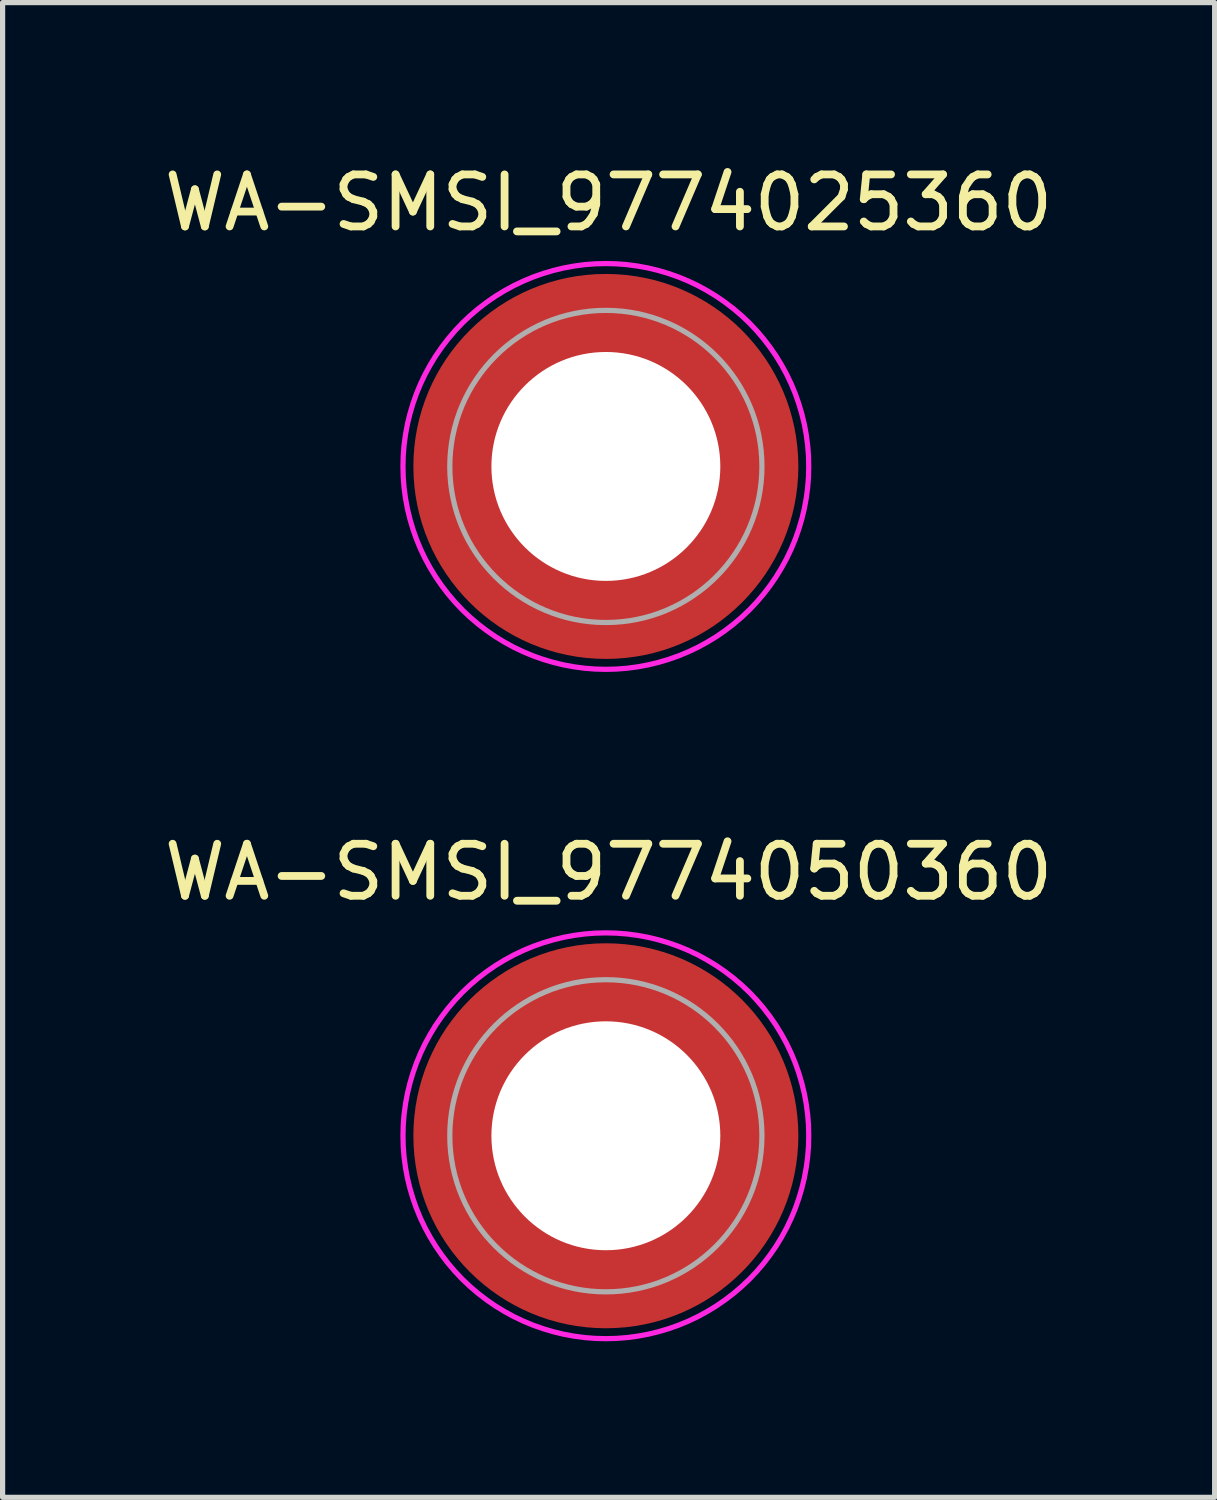
<source format=kicad_pcb>
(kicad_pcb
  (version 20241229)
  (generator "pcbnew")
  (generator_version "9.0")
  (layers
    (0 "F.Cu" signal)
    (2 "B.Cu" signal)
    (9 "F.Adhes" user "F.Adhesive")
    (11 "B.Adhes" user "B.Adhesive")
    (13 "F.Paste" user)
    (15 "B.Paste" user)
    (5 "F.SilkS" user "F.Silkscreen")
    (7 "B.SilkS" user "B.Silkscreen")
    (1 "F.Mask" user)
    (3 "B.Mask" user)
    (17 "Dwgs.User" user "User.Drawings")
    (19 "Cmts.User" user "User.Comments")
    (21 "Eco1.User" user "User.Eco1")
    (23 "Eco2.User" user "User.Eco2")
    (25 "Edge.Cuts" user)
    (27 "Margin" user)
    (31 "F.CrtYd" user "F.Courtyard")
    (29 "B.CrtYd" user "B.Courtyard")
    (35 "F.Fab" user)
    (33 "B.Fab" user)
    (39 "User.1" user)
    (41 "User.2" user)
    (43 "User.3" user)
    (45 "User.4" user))
  (footprint "WA-SMSI_9774050360"
    (layer "F.Cu")
    (at 8.596 18.782)
    (property "Reference" "WA-SMSI_9774050360" (at 0.053 -5.068 0) (layer "F.SilkS") (effects (font (size 1 1) (thickness 0.15))))
    (attr smd)
    (fp_poly (pts (xy -3.615 0.4) (xy -2.205 0.4) (xy -2.19 0.475) (xy -2.165 0.58) (xy -2.13 0.7) (xy -2.1 0.78) (xy -2.07 0.86) (xy -2.025 0.96) (xy -1.975 1.06) (xy -1.92 1.155) (xy -1.86 1.25) (xy -1.815 1.315) (xy -1.75 1.4) (xy -1.695 1.465) (xy -1.605 1.565) (xy -1.52 1.645) (xy -1.465 1.695) (xy -1.405 1.745) (xy -1.32 1.81) (xy -1.235 1.87) (xy -1.13 1.935) (xy -1.05 1.98) (xy -0.95 2.03) (xy -0.81 2.09) (xy -0.695 2.13) (xy -0.58 2.165) (xy -0.475 2.19) (xy -0.4 2.205) (xy -0.4 3.615) (xy -0.43 3.61) (xy -0.505 3.6) (xy -0.605 3.585) (xy -0.715 3.565) (xy -0.83 3.54) (xy -0.93 3.515) (xy -1.04 3.485) (xy -1.135 3.455) (xy -1.205 3.43) (xy -1.3 3.395) (xy -1.365 3.37) (xy -1.46 3.33) (xy -1.55 3.29) (xy -1.65 3.24) (xy -1.77 3.175) (xy -1.885 3.11) (xy -1.985 3.045) (xy -2.075 2.985) (xy -2.165 2.92) (xy -2.23 2.87) (xy -2.295 2.82) (xy -2.365 2.76) (xy -2.44 2.695) (xy -2.515 2.625) (xy -2.6 2.54) (xy -2.645 2.495) (xy -2.69 2.445) (xy -2.76 2.365) (xy -2.82 2.295) (xy -2.875 2.225) (xy -2.935 2.145) (xy -2.995 2.06) (xy -3.085 1.925) (xy -3.18 1.765) (xy -3.27 1.59) (xy -3.34 1.44) (xy -3.4 1.29) (xy -3.455 1.135) (xy -3.505 0.97) (xy -3.55 0.795) (xy -3.575 0.665) (xy -3.6 0.52)) (stroke (width 0.01) (type solid)) (fill yes) (layer "F.Paste"))
    (fp_poly (pts (xy -0.4 -3.615) (xy -0.4 -2.205) (xy -0.475 -2.19) (xy -0.58 -2.165) (xy -0.7 -2.13) (xy -0.78 -2.1) (xy -0.86 -2.07) (xy -0.96 -2.025) (xy -1.06 -1.975) (xy -1.155 -1.92) (xy -1.25 -1.86) (xy -1.315 -1.815) (xy -1.4 -1.75) (xy -1.465 -1.695) (xy -1.565 -1.605) (xy -1.645 -1.52) (xy -1.695 -1.465) (xy -1.745 -1.405) (xy -1.81 -1.32) (xy -1.87 -1.235) (xy -1.935 -1.13) (xy -1.98 -1.05) (xy -2.03 -0.95) (xy -2.09 -0.81) (xy -2.13 -0.695) (xy -2.165 -0.58) (xy -2.19 -0.475) (xy -2.205 -0.4) (xy -3.615 -0.4) (xy -3.61 -0.43) (xy -3.6 -0.505) (xy -3.585 -0.605) (xy -3.565 -0.715) (xy -3.54 -0.83) (xy -3.515 -0.93) (xy -3.485 -1.04) (xy -3.455 -1.135) (xy -3.43 -1.205) (xy -3.395 -1.3) (xy -3.37 -1.365) (xy -3.33 -1.46) (xy -3.29 -1.55) (xy -3.24 -1.65) (xy -3.175 -1.77) (xy -3.11 -1.885) (xy -3.045 -1.985) (xy -2.985 -2.075) (xy -2.92 -2.165) (xy -2.87 -2.23) (xy -2.82 -2.295) (xy -2.76 -2.365) (xy -2.695 -2.44) (xy -2.625 -2.515) (xy -2.54 -2.6) (xy -2.495 -2.645) (xy -2.445 -2.69) (xy -2.365 -2.76) (xy -2.295 -2.82) (xy -2.225 -2.875) (xy -2.145 -2.935) (xy -2.06 -2.995) (xy -1.925 -3.085) (xy -1.765 -3.18) (xy -1.59 -3.27) (xy -1.44 -3.34) (xy -1.29 -3.4) (xy -1.135 -3.455) (xy -0.97 -3.505) (xy -0.795 -3.55) (xy -0.665 -3.575) (xy -0.52 -3.6)) (stroke (width 0.01) (type solid)) (fill yes) (layer "F.Paste"))
    (fp_poly (pts (xy 0.4 3.615) (xy 0.4 2.205) (xy 0.475 2.19) (xy 0.58 2.165) (xy 0.7 2.13) (xy 0.78 2.1) (xy 0.86 2.07) (xy 0.96 2.025) (xy 1.06 1.975) (xy 1.155 1.92) (xy 1.25 1.86) (xy 1.315 1.815) (xy 1.4 1.75) (xy 1.465 1.695) (xy 1.565 1.605) (xy 1.645 1.52) (xy 1.695 1.465) (xy 1.745 1.405) (xy 1.81 1.32) (xy 1.87 1.235) (xy 1.935 1.13) (xy 1.98 1.05) (xy 2.03 0.95) (xy 2.09 0.81) (xy 2.13 0.695) (xy 2.165 0.58) (xy 2.19 0.475) (xy 2.205 0.4) (xy 3.615 0.4) (xy 3.61 0.43) (xy 3.6 0.505) (xy 3.585 0.605) (xy 3.565 0.715) (xy 3.54 0.83) (xy 3.515 0.93) (xy 3.485 1.04) (xy 3.455 1.135) (xy 3.43 1.205) (xy 3.395 1.3) (xy 3.37 1.365) (xy 3.33 1.46) (xy 3.29 1.55) (xy 3.24 1.65) (xy 3.175 1.77) (xy 3.11 1.885) (xy 3.045 1.985) (xy 2.985 2.075) (xy 2.92 2.165) (xy 2.87 2.23) (xy 2.82 2.295) (xy 2.76 2.365) (xy 2.695 2.44) (xy 2.625 2.515) (xy 2.54 2.6) (xy 2.495 2.645) (xy 2.445 2.69) (xy 2.365 2.76) (xy 2.295 2.82) (xy 2.225 2.875) (xy 2.145 2.935) (xy 2.06 2.995) (xy 1.925 3.085) (xy 1.765 3.18) (xy 1.59 3.27) (xy 1.44 3.34) (xy 1.29 3.4) (xy 1.135 3.455) (xy 0.97 3.505) (xy 0.795 3.55) (xy 0.665 3.575) (xy 0.52 3.6)) (stroke (width 0.01) (type solid)) (fill yes) (layer "F.Paste"))
    (fp_poly (pts (xy 3.615 -0.4) (xy 2.205 -0.4) (xy 2.19 -0.475) (xy 2.165 -0.58) (xy 2.13 -0.7) (xy 2.1 -0.78) (xy 2.07 -0.86) (xy 2.025 -0.96) (xy 1.975 -1.06) (xy 1.92 -1.155) (xy 1.86 -1.25) (xy 1.815 -1.315) (xy 1.75 -1.4) (xy 1.695 -1.465) (xy 1.605 -1.565) (xy 1.52 -1.645) (xy 1.465 -1.695) (xy 1.405 -1.745) (xy 1.32 -1.81) (xy 1.235 -1.87) (xy 1.13 -1.935) (xy 1.05 -1.98) (xy 0.95 -2.03) (xy 0.81 -2.09) (xy 0.695 -2.13) (xy 0.58 -2.165) (xy 0.475 -2.19) (xy 0.4 -2.205) (xy 0.4 -3.615) (xy 0.43 -3.61) (xy 0.505 -3.6) (xy 0.605 -3.585) (xy 0.715 -3.565) (xy 0.83 -3.54) (xy 0.93 -3.515) (xy 1.04 -3.485) (xy 1.135 -3.455) (xy 1.205 -3.43) (xy 1.3 -3.395) (xy 1.365 -3.37) (xy 1.46 -3.33) (xy 1.55 -3.29) (xy 1.65 -3.24) (xy 1.77 -3.175) (xy 1.885 -3.11) (xy 1.985 -3.045) (xy 2.075 -2.985) (xy 2.165 -2.92) (xy 2.23 -2.87) (xy 2.295 -2.82) (xy 2.365 -2.76) (xy 2.44 -2.695) (xy 2.515 -2.625) (xy 2.6 -2.54) (xy 2.645 -2.495) (xy 2.69 -2.445) (xy 2.76 -2.365) (xy 2.82 -2.295) (xy 2.875 -2.225) (xy 2.935 -2.145) (xy 2.995 -2.06) (xy 3.085 -1.925) (xy 3.18 -1.765) (xy 3.27 -1.59) (xy 3.34 -1.44) (xy 3.4 -1.29) (xy 3.455 -1.135) (xy 3.505 -0.97) (xy 3.55 -0.795) (xy 3.575 -0.665) (xy 3.6 -0.52)) (stroke (width 0.01) (type solid)) (fill yes) (layer "F.Paste"))
    (fp_poly (pts (xy 0 -3.9) (xy 0.204 -3.895) (xy 0.408 -3.879) (xy 0.61 -3.852) (xy 0.811 -3.815) (xy 1.009 -3.767) (xy 1.205 -3.709) (xy 1.398 -3.641) (xy 1.586 -3.563) (xy 1.771 -3.475) (xy 1.95 -3.377) (xy 2.124 -3.271) (xy 2.292 -3.155) (xy 2.454 -3.031) (xy 2.61 -2.898) (xy 2.758 -2.758) (xy 2.898 -2.61) (xy 3.031 -2.454) (xy 3.155 -2.292) (xy 3.271 -2.124) (xy 3.377 -1.95) (xy 3.475 -1.771) (xy 3.563 -1.586) (xy 3.641 -1.398) (xy 3.709 -1.205) (xy 3.767 -1.009) (xy 3.815 -0.811) (xy 3.852 -0.61) (xy 3.879 -0.408) (xy 3.895 -0.204) (xy 3.9 0) (xy 3.895 0.204) (xy 3.879 0.408) (xy 3.852 0.61) (xy 3.815 0.811) (xy 3.767 1.009) (xy 3.709 1.205) (xy 3.641 1.398) (xy 3.563 1.586) (xy 3.475 1.771) (xy 3.377 1.95) (xy 3.271 2.124) (xy 3.155 2.292) (xy 3.031 2.454) (xy 2.898 2.61) (xy 2.758 2.758) (xy 2.61 2.898) (xy 2.454 3.031) (xy 2.292 3.155) (xy 2.124 3.271) (xy 1.95 3.377) (xy 1.771 3.475) (xy 1.586 3.563) (xy 1.398 3.641) (xy 1.205 3.709) (xy 1.009 3.767) (xy 0.811 3.815) (xy 0.61 3.852) (xy 0.408 3.879) (xy 0.204 3.895) (xy 0 3.9) (xy -0.204 3.895) (xy -0.408 3.879) (xy -0.61 3.852) (xy -0.811 3.815) (xy -1.009 3.767) (xy -1.205 3.709) (xy -1.398 3.641) (xy -1.586 3.563) (xy -1.771 3.475) (xy -1.95 3.377) (xy -2.124 3.271) (xy -2.292 3.155) (xy -2.454 3.031) (xy -2.61 2.898) (xy -2.758 2.758) (xy -2.898 2.61) (xy -3.031 2.454) (xy -3.155 2.292) (xy -3.271 2.124) (xy -3.377 1.95) (xy -3.475 1.771) (xy -3.563 1.586) (xy -3.641 1.398) (xy -3.709 1.205) (xy -3.767 1.009) (xy -3.815 0.811) (xy -3.852 0.61) (xy -3.879 0.408) (xy -3.895 0.204) (xy -3.9 0) (xy -3.895 -0.204) (xy -3.879 -0.408) (xy -3.852 -0.61) (xy -3.815 -0.811) (xy -3.767 -1.009) (xy -3.709 -1.205) (xy -3.641 -1.398) (xy -3.563 -1.586) (xy -3.475 -1.771) (xy -3.377 -1.95) (xy -3.271 -2.124) (xy -3.155 -2.292) (xy -3.031 -2.454) (xy -2.898 -2.61) (xy -2.758 -2.758) (xy -2.61 -2.898) (xy -2.454 -3.031) (xy -2.292 -3.155) (xy -2.124 -3.271) (xy -1.95 -3.377) (xy -1.771 -3.475) (xy -1.586 -3.563) (xy -1.398 -3.641) (xy -1.205 -3.709) (xy -1.009 -3.767) (xy -0.811 -3.815) (xy -0.61 -3.852) (xy -0.408 -3.879) (xy -0.204 -3.895) (xy 0 -3.9)) (stroke (width 0.1) (type solid)) (fill no) (layer "F.CrtYd"))
    (fp_circle (center 0 0) (end 3 0) (stroke (width 0.1) (type solid)) (fill no) (layer "F.Fab"))
    (pad "" np_thru_hole circle (at 0 0) (size 4.4 4.4) (drill 4.4) (layers "*.Cu" "*.Mask"))
    (pad "1" smd circle (at 0 0) (size 7.4 7.4) (layers "F.Cu" "F.Mask")))
  (footprint "WA-SMSI_9774025360"
    (layer "F.Cu")
    (at 8.596 5.916)
    (property "Reference" "WA-SMSI_9774025360" (at 0.053 -5.068 0) (layer "F.SilkS") (effects (font (size 1 1) (thickness 0.15))))
    (attr smd)
    (fp_poly (pts (xy -3.615 0.4) (xy -2.205 0.4) (xy -2.19 0.475) (xy -2.165 0.58) (xy -2.13 0.7) (xy -2.1 0.78) (xy -2.07 0.86) (xy -2.025 0.96) (xy -1.975 1.06) (xy -1.92 1.155) (xy -1.86 1.25) (xy -1.815 1.315) (xy -1.75 1.4) (xy -1.695 1.465) (xy -1.605 1.565) (xy -1.52 1.645) (xy -1.465 1.695) (xy -1.405 1.745) (xy -1.32 1.81) (xy -1.235 1.87) (xy -1.13 1.935) (xy -1.05 1.98) (xy -0.95 2.03) (xy -0.81 2.09) (xy -0.695 2.13) (xy -0.58 2.165) (xy -0.475 2.19) (xy -0.4 2.205) (xy -0.4 3.615) (xy -0.43 3.61) (xy -0.505 3.6) (xy -0.605 3.585) (xy -0.715 3.565) (xy -0.83 3.54) (xy -0.93 3.515) (xy -1.04 3.485) (xy -1.135 3.455) (xy -1.205 3.43) (xy -1.3 3.395) (xy -1.365 3.37) (xy -1.46 3.33) (xy -1.55 3.29) (xy -1.65 3.24) (xy -1.77 3.175) (xy -1.885 3.11) (xy -1.985 3.045) (xy -2.075 2.985) (xy -2.165 2.92) (xy -2.23 2.87) (xy -2.295 2.82) (xy -2.365 2.76) (xy -2.44 2.695) (xy -2.515 2.625) (xy -2.6 2.54) (xy -2.645 2.495) (xy -2.69 2.445) (xy -2.76 2.365) (xy -2.82 2.295) (xy -2.875 2.225) (xy -2.935 2.145) (xy -2.995 2.06) (xy -3.085 1.925) (xy -3.18 1.765) (xy -3.27 1.59) (xy -3.34 1.44) (xy -3.4 1.29) (xy -3.455 1.135) (xy -3.505 0.97) (xy -3.55 0.795) (xy -3.575 0.665) (xy -3.6 0.52)) (stroke (width 0.01) (type solid)) (fill yes) (layer "F.Paste"))
    (fp_poly (pts (xy -0.4 -3.615) (xy -0.4 -2.205) (xy -0.475 -2.19) (xy -0.58 -2.165) (xy -0.7 -2.13) (xy -0.78 -2.1) (xy -0.86 -2.07) (xy -0.96 -2.025) (xy -1.06 -1.975) (xy -1.155 -1.92) (xy -1.25 -1.86) (xy -1.315 -1.815) (xy -1.4 -1.75) (xy -1.465 -1.695) (xy -1.565 -1.605) (xy -1.645 -1.52) (xy -1.695 -1.465) (xy -1.745 -1.405) (xy -1.81 -1.32) (xy -1.87 -1.235) (xy -1.935 -1.13) (xy -1.98 -1.05) (xy -2.03 -0.95) (xy -2.09 -0.81) (xy -2.13 -0.695) (xy -2.165 -0.58) (xy -2.19 -0.475) (xy -2.205 -0.4) (xy -3.615 -0.4) (xy -3.61 -0.43) (xy -3.6 -0.505) (xy -3.585 -0.605) (xy -3.565 -0.715) (xy -3.54 -0.83) (xy -3.515 -0.93) (xy -3.485 -1.04) (xy -3.455 -1.135) (xy -3.43 -1.205) (xy -3.395 -1.3) (xy -3.37 -1.365) (xy -3.33 -1.46) (xy -3.29 -1.55) (xy -3.24 -1.65) (xy -3.175 -1.77) (xy -3.11 -1.885) (xy -3.045 -1.985) (xy -2.985 -2.075) (xy -2.92 -2.165) (xy -2.87 -2.23) (xy -2.82 -2.295) (xy -2.76 -2.365) (xy -2.695 -2.44) (xy -2.625 -2.515) (xy -2.54 -2.6) (xy -2.495 -2.645) (xy -2.445 -2.69) (xy -2.365 -2.76) (xy -2.295 -2.82) (xy -2.225 -2.875) (xy -2.145 -2.935) (xy -2.06 -2.995) (xy -1.925 -3.085) (xy -1.765 -3.18) (xy -1.59 -3.27) (xy -1.44 -3.34) (xy -1.29 -3.4) (xy -1.135 -3.455) (xy -0.97 -3.505) (xy -0.795 -3.55) (xy -0.665 -3.575) (xy -0.52 -3.6)) (stroke (width 0.01) (type solid)) (fill yes) (layer "F.Paste"))
    (fp_poly (pts (xy 0.4 3.615) (xy 0.4 2.205) (xy 0.475 2.19) (xy 0.58 2.165) (xy 0.7 2.13) (xy 0.78 2.1) (xy 0.86 2.07) (xy 0.96 2.025) (xy 1.06 1.975) (xy 1.155 1.92) (xy 1.25 1.86) (xy 1.315 1.815) (xy 1.4 1.75) (xy 1.465 1.695) (xy 1.565 1.605) (xy 1.645 1.52) (xy 1.695 1.465) (xy 1.745 1.405) (xy 1.81 1.32) (xy 1.87 1.235) (xy 1.935 1.13) (xy 1.98 1.05) (xy 2.03 0.95) (xy 2.09 0.81) (xy 2.13 0.695) (xy 2.165 0.58) (xy 2.19 0.475) (xy 2.205 0.4) (xy 3.615 0.4) (xy 3.61 0.43) (xy 3.6 0.505) (xy 3.585 0.605) (xy 3.565 0.715) (xy 3.54 0.83) (xy 3.515 0.93) (xy 3.485 1.04) (xy 3.455 1.135) (xy 3.43 1.205) (xy 3.395 1.3) (xy 3.37 1.365) (xy 3.33 1.46) (xy 3.29 1.55) (xy 3.24 1.65) (xy 3.175 1.77) (xy 3.11 1.885) (xy 3.045 1.985) (xy 2.985 2.075) (xy 2.92 2.165) (xy 2.87 2.23) (xy 2.82 2.295) (xy 2.76 2.365) (xy 2.695 2.44) (xy 2.625 2.515) (xy 2.54 2.6) (xy 2.495 2.645) (xy 2.445 2.69) (xy 2.365 2.76) (xy 2.295 2.82) (xy 2.225 2.875) (xy 2.145 2.935) (xy 2.06 2.995) (xy 1.925 3.085) (xy 1.765 3.18) (xy 1.59 3.27) (xy 1.44 3.34) (xy 1.29 3.4) (xy 1.135 3.455) (xy 0.97 3.505) (xy 0.795 3.55) (xy 0.665 3.575) (xy 0.52 3.6)) (stroke (width 0.01) (type solid)) (fill yes) (layer "F.Paste"))
    (fp_poly (pts (xy 3.615 -0.4) (xy 2.205 -0.4) (xy 2.19 -0.475) (xy 2.165 -0.58) (xy 2.13 -0.7) (xy 2.1 -0.78) (xy 2.07 -0.86) (xy 2.025 -0.96) (xy 1.975 -1.06) (xy 1.92 -1.155) (xy 1.86 -1.25) (xy 1.815 -1.315) (xy 1.75 -1.4) (xy 1.695 -1.465) (xy 1.605 -1.565) (xy 1.52 -1.645) (xy 1.465 -1.695) (xy 1.405 -1.745) (xy 1.32 -1.81) (xy 1.235 -1.87) (xy 1.13 -1.935) (xy 1.05 -1.98) (xy 0.95 -2.03) (xy 0.81 -2.09) (xy 0.695 -2.13) (xy 0.58 -2.165) (xy 0.475 -2.19) (xy 0.4 -2.205) (xy 0.4 -3.615) (xy 0.43 -3.61) (xy 0.505 -3.6) (xy 0.605 -3.585) (xy 0.715 -3.565) (xy 0.83 -3.54) (xy 0.93 -3.515) (xy 1.04 -3.485) (xy 1.135 -3.455) (xy 1.205 -3.43) (xy 1.3 -3.395) (xy 1.365 -3.37) (xy 1.46 -3.33) (xy 1.55 -3.29) (xy 1.65 -3.24) (xy 1.77 -3.175) (xy 1.885 -3.11) (xy 1.985 -3.045) (xy 2.075 -2.985) (xy 2.165 -2.92) (xy 2.23 -2.87) (xy 2.295 -2.82) (xy 2.365 -2.76) (xy 2.44 -2.695) (xy 2.515 -2.625) (xy 2.6 -2.54) (xy 2.645 -2.495) (xy 2.69 -2.445) (xy 2.76 -2.365) (xy 2.82 -2.295) (xy 2.875 -2.225) (xy 2.935 -2.145) (xy 2.995 -2.06) (xy 3.085 -1.925) (xy 3.18 -1.765) (xy 3.27 -1.59) (xy 3.34 -1.44) (xy 3.4 -1.29) (xy 3.455 -1.135) (xy 3.505 -0.97) (xy 3.55 -0.795) (xy 3.575 -0.665) (xy 3.6 -0.52)) (stroke (width 0.01) (type solid)) (fill yes) (layer "F.Paste"))
    (fp_poly (pts (xy 0 -3.9) (xy 0.204 -3.895) (xy 0.408 -3.879) (xy 0.61 -3.852) (xy 0.811 -3.815) (xy 1.009 -3.767) (xy 1.205 -3.709) (xy 1.398 -3.641) (xy 1.586 -3.563) (xy 1.771 -3.475) (xy 1.95 -3.377) (xy 2.124 -3.271) (xy 2.292 -3.155) (xy 2.454 -3.031) (xy 2.61 -2.898) (xy 2.758 -2.758) (xy 2.898 -2.61) (xy 3.031 -2.454) (xy 3.155 -2.292) (xy 3.271 -2.124) (xy 3.377 -1.95) (xy 3.475 -1.771) (xy 3.563 -1.586) (xy 3.641 -1.398) (xy 3.709 -1.205) (xy 3.767 -1.009) (xy 3.815 -0.811) (xy 3.852 -0.61) (xy 3.879 -0.408) (xy 3.895 -0.204) (xy 3.9 0) (xy 3.895 0.204) (xy 3.879 0.408) (xy 3.852 0.61) (xy 3.815 0.811) (xy 3.767 1.009) (xy 3.709 1.205) (xy 3.641 1.398) (xy 3.563 1.586) (xy 3.475 1.771) (xy 3.377 1.95) (xy 3.271 2.124) (xy 3.155 2.292) (xy 3.031 2.454) (xy 2.898 2.61) (xy 2.758 2.758) (xy 2.61 2.898) (xy 2.454 3.031) (xy 2.292 3.155) (xy 2.124 3.271) (xy 1.95 3.377) (xy 1.771 3.475) (xy 1.586 3.563) (xy 1.398 3.641) (xy 1.205 3.709) (xy 1.009 3.767) (xy 0.811 3.815) (xy 0.61 3.852) (xy 0.408 3.879) (xy 0.204 3.895) (xy 0 3.9) (xy -0.204 3.895) (xy -0.408 3.879) (xy -0.61 3.852) (xy -0.811 3.815) (xy -1.009 3.767) (xy -1.205 3.709) (xy -1.398 3.641) (xy -1.586 3.563) (xy -1.771 3.475) (xy -1.95 3.377) (xy -2.124 3.271) (xy -2.292 3.155) (xy -2.454 3.031) (xy -2.61 2.898) (xy -2.758 2.758) (xy -2.898 2.61) (xy -3.031 2.454) (xy -3.155 2.292) (xy -3.271 2.124) (xy -3.377 1.95) (xy -3.475 1.771) (xy -3.563 1.586) (xy -3.641 1.398) (xy -3.709 1.205) (xy -3.767 1.009) (xy -3.815 0.811) (xy -3.852 0.61) (xy -3.879 0.408) (xy -3.895 0.204) (xy -3.9 0) (xy -3.895 -0.204) (xy -3.879 -0.408) (xy -3.852 -0.61) (xy -3.815 -0.811) (xy -3.767 -1.009) (xy -3.709 -1.205) (xy -3.641 -1.398) (xy -3.563 -1.586) (xy -3.475 -1.771) (xy -3.377 -1.95) (xy -3.271 -2.124) (xy -3.155 -2.292) (xy -3.031 -2.454) (xy -2.898 -2.61) (xy -2.758 -2.758) (xy -2.61 -2.898) (xy -2.454 -3.031) (xy -2.292 -3.155) (xy -2.124 -3.271) (xy -1.95 -3.377) (xy -1.771 -3.475) (xy -1.586 -3.563) (xy -1.398 -3.641) (xy -1.205 -3.709) (xy -1.009 -3.767) (xy -0.811 -3.815) (xy -0.61 -3.852) (xy -0.408 -3.879) (xy -0.204 -3.895) (xy 0 -3.9)) (stroke (width 0.1) (type solid)) (fill no) (layer "F.CrtYd"))
    (fp_circle (center 0 0) (end 3 0) (stroke (width 0.1) (type solid)) (fill no) (layer "F.Fab"))
    (pad "" np_thru_hole circle (at 0 0) (size 4.4 4.4) (drill 4.4) (layers "*.Cu" "*.Mask"))
    (pad "1" smd circle (at 0 0) (size 7.4 7.4) (layers "F.Cu" "F.Mask")))
  (gr_rect
    (start -3 -3)
    (end 20.298 25.732)
    (stroke (width 0.1) (type default))
    (fill no)
    (layer "Edge.Cuts")))
</source>
